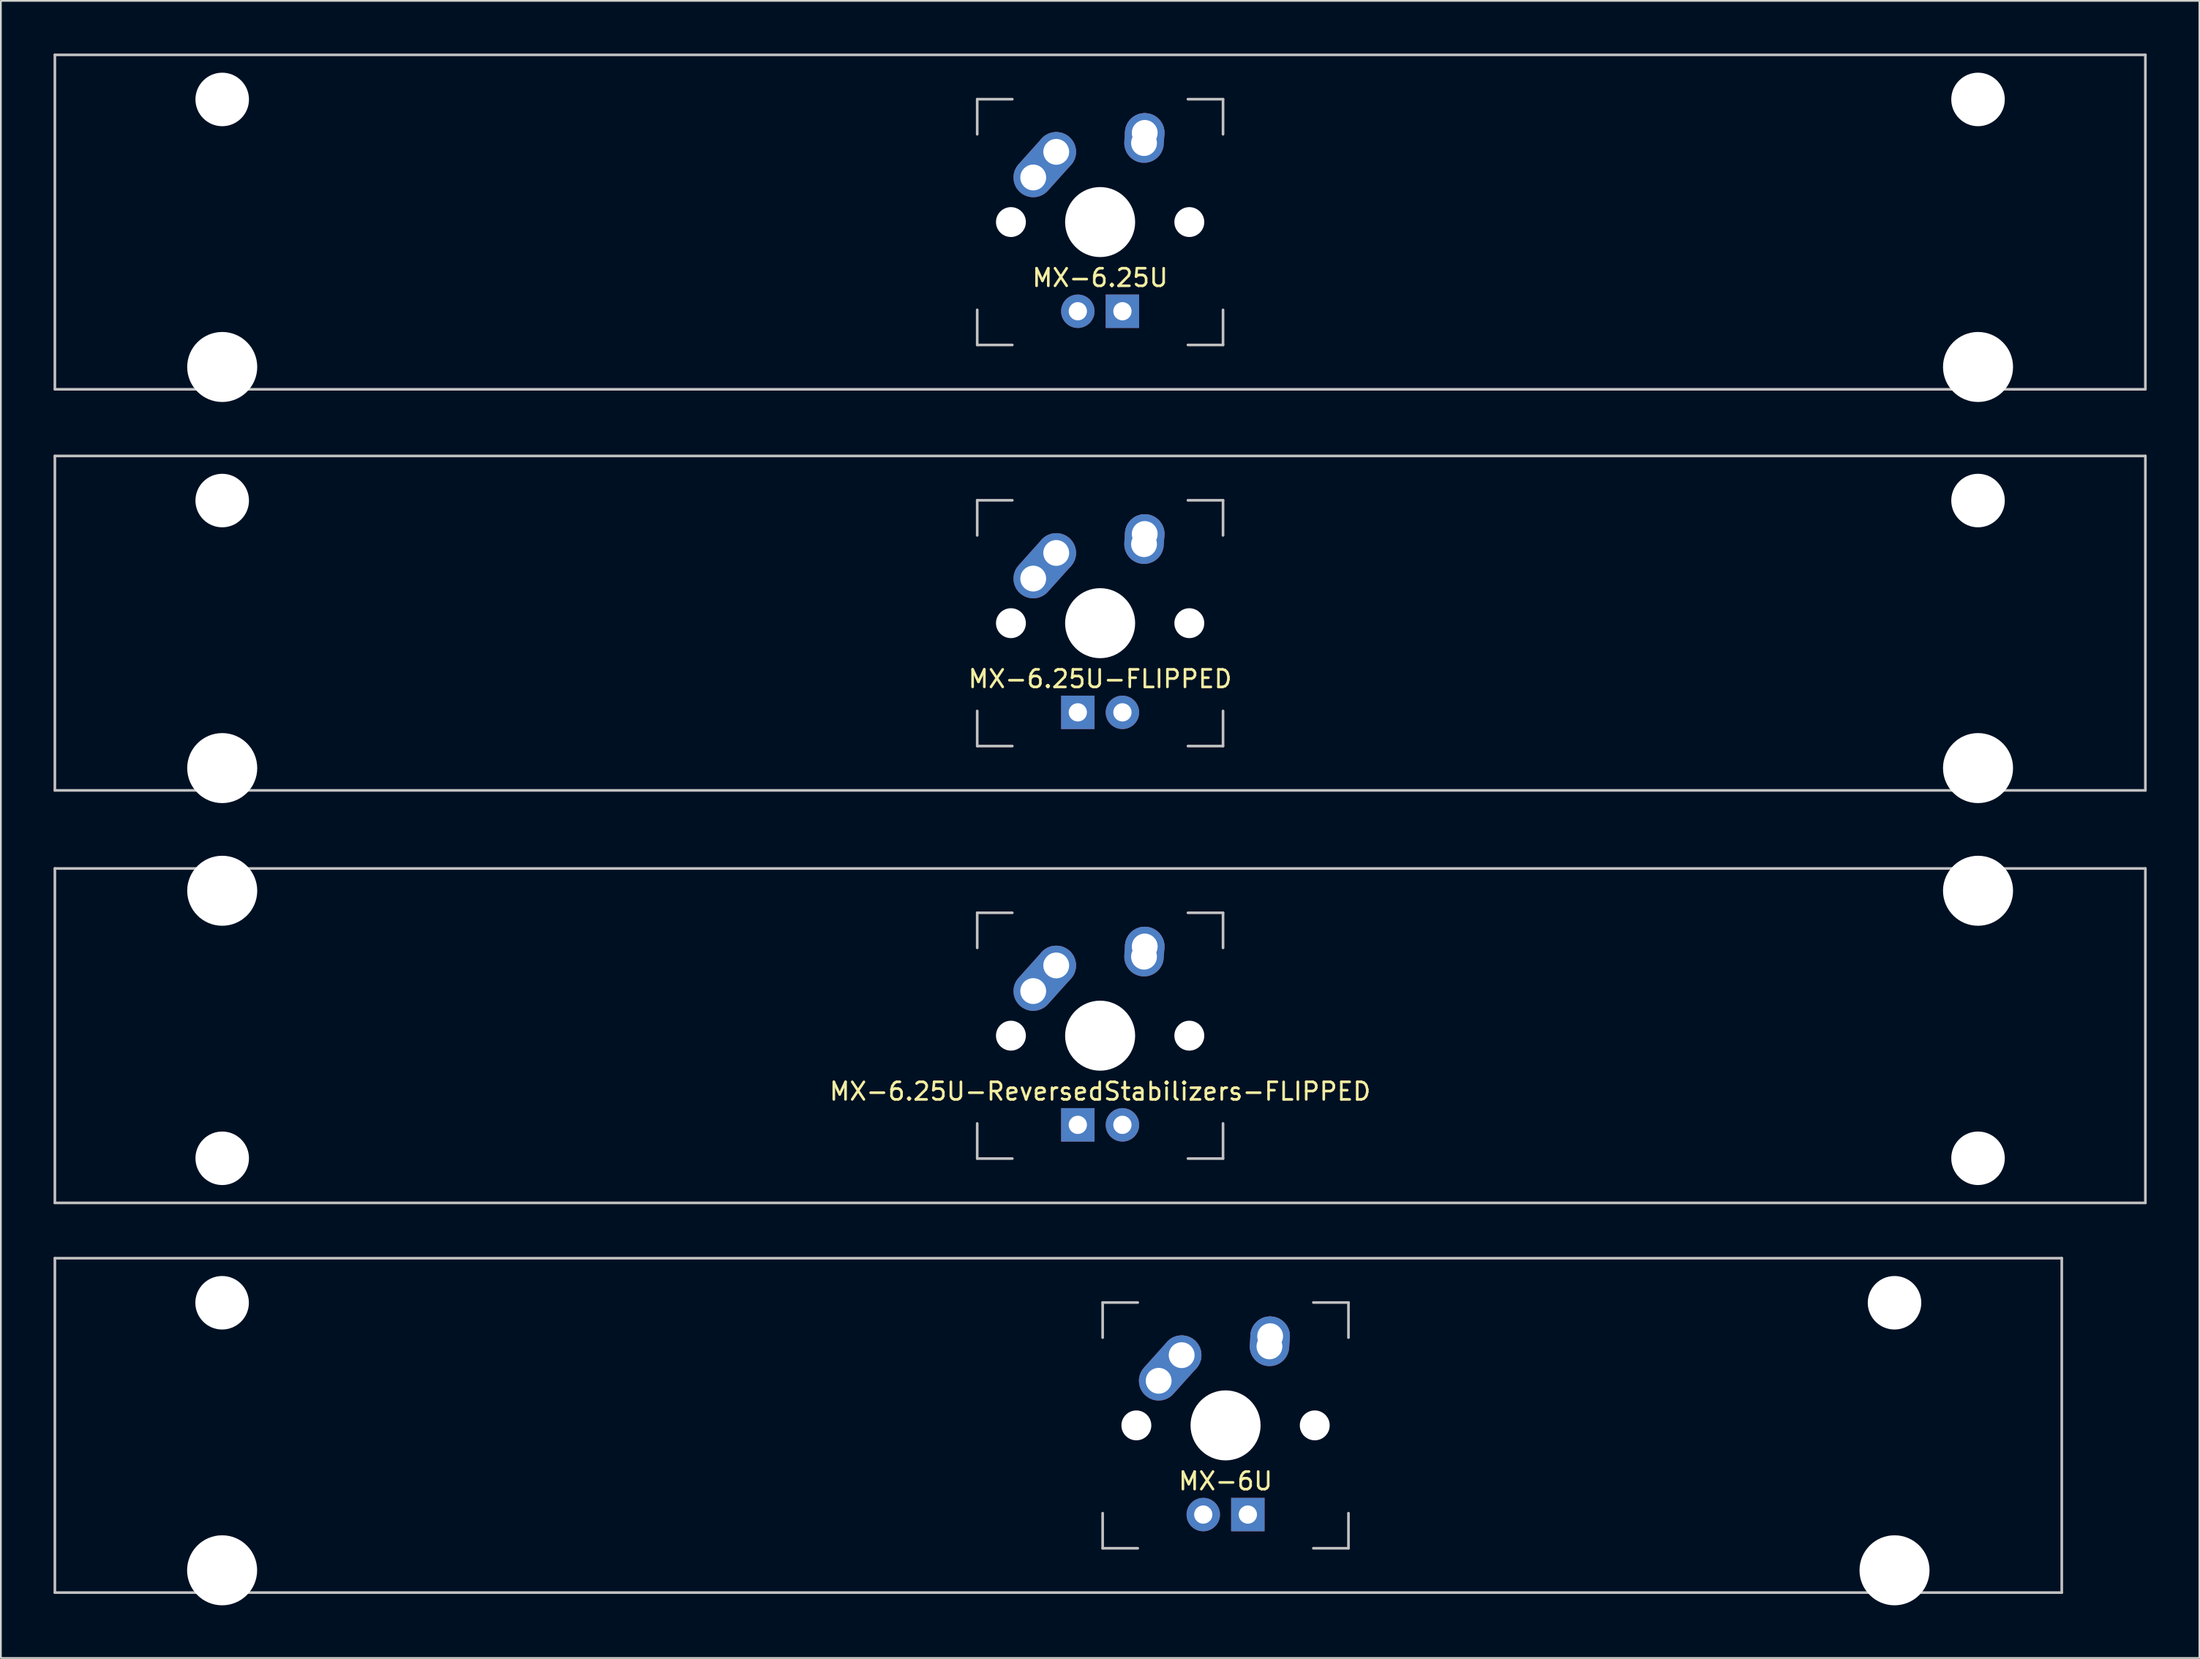
<source format=kicad_pcb>
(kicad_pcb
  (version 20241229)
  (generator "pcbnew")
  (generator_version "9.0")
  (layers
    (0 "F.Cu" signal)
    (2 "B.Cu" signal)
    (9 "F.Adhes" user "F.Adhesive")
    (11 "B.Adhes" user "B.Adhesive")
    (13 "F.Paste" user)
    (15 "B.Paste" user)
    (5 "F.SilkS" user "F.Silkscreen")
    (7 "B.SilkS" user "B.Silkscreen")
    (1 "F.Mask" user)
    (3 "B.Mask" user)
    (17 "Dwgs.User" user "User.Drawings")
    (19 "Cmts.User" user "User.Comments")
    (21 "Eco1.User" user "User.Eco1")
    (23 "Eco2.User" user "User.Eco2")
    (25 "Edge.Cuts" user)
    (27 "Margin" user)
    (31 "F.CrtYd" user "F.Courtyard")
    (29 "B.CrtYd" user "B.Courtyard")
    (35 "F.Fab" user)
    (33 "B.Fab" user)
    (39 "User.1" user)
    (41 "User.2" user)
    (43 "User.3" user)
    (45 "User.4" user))
  (footprint "MX-6.25U"
    (layer "F.Cu")
    (at 59.606 9.6)
    (property "Reference" "MX-6.25U" (at 0 3.175 0) (layer "F.SilkS") (effects (font (size 1 1) (thickness 0.15))))
    (attr through_hole)
    (fp_line (start -59.531 -9.525) (end 59.531 -9.525) (stroke (width 0.15) (type solid)) (layer "Dwgs.User"))
    (fp_line (start -59.531 9.525) (end -59.531 -9.525) (stroke (width 0.15) (type solid)) (layer "Dwgs.User"))
    (fp_line (start -59.531 9.525) (end 59.531 9.525) (stroke (width 0.15) (type solid)) (layer "Dwgs.User"))
    (fp_line (start -7 -7) (end -7 -5) (stroke (width 0.15) (type solid)) (layer "Dwgs.User"))
    (fp_line (start -7 5) (end -7 7) (stroke (width 0.15) (type solid)) (layer "Dwgs.User"))
    (fp_line (start -7 7) (end -5 7) (stroke (width 0.15) (type solid)) (layer "Dwgs.User"))
    (fp_line (start -5 -7) (end -7 -7) (stroke (width 0.15) (type solid)) (layer "Dwgs.User"))
    (fp_line (start 5 -7) (end 7 -7) (stroke (width 0.15) (type solid)) (layer "Dwgs.User"))
    (fp_line (start 5 7) (end 7 7) (stroke (width 0.15) (type solid)) (layer "Dwgs.User"))
    (fp_line (start 7 -7) (end 7 -5) (stroke (width 0.15) (type solid)) (layer "Dwgs.User"))
    (fp_line (start 7 7) (end 7 5) (stroke (width 0.15) (type solid)) (layer "Dwgs.User"))
    (fp_line (start 59.531 -9.525) (end 59.531 9.525) (stroke (width 0.15) (type solid)) (layer "Dwgs.User"))
    (pad "" np_thru_hole circle (at -50 -6.985) (size 3.048 3.048) (drill 3.048) (layers "*.Cu" "*.Mask"))
    (pad "" np_thru_hole circle (at -50 8.255) (size 3.988 3.988) (drill 3.988) (layers "*.Cu" "*.Mask"))
    (pad "" np_thru_hole circle (at -5.08 0 48.1) (size 1.702 1.702) (drill 1.702) (layers "*.Cu" "*.Mask"))
    (pad "" np_thru_hole circle (at 0 0) (size 3.988 3.988) (drill 3.988) (layers "*.Cu" "*.Mask"))
    (pad "" np_thru_hole circle (at 5.08 0 48.1) (size 1.702 1.702) (drill 1.702) (layers "*.Cu" "*.Mask"))
    (pad "" np_thru_hole circle (at 50 -6.985) (size 3.048 3.048) (drill 3.048) (layers "*.Cu" "*.Mask"))
    (pad "" np_thru_hole circle (at 50 8.255) (size 3.988 3.988) (drill 3.988) (layers "*.Cu" "*.Mask"))
    (pad "1" thru_hole oval (at -3.81 -2.54 48.1) (size 4.212 2.25) (drill 1.47 (offset 0.981 0)) (layers "*.Cu" "*.Mask"))
    (pad "1" thru_hole circle (at -2.5 -4) (size 2.25 2.25) (drill 1.47) (layers "*.Cu" "*.Mask"))
    (pad "2" thru_hole oval (at 2.5 -4.5 86.055) (size 2.831 2.25) (drill 1.47 (offset 0.291 0)) (layers "*.Cu" "*.Mask"))
    (pad "2" thru_hole circle (at 2.54 -5.08) (size 2.25 2.25) (drill 1.47) (layers "*.Cu" "*.Mask"))
    (pad "3" thru_hole circle (at -1.27 5.08) (size 1.905 1.905) (drill 1.04) (layers "*.Cu" "*.Mask"))
    (pad "4" thru_hole rect (at 1.27 5.08) (size 1.905 1.905) (drill 1.04) (layers "*.Cu" "*.Mask")))
  (footprint "MX-6.25U-FLIPPED"
    (layer "F.Cu")
    (at 59.606 32.449)
    (property "Reference" "MX-6.25U-FLIPPED" (at 0 3.175 0) (layer "F.SilkS") (effects (font (size 1 1) (thickness 0.15))))
    (attr through_hole)
    (fp_line (start -59.531 -9.525) (end 59.531 -9.525) (stroke (width 0.15) (type solid)) (layer "Dwgs.User"))
    (fp_line (start -59.531 9.525) (end -59.531 -9.525) (stroke (width 0.15) (type solid)) (layer "Dwgs.User"))
    (fp_line (start -59.531 9.525) (end 59.531 9.525) (stroke (width 0.15) (type solid)) (layer "Dwgs.User"))
    (fp_line (start -7 -7) (end -7 -5) (stroke (width 0.15) (type solid)) (layer "Dwgs.User"))
    (fp_line (start -7 5) (end -7 7) (stroke (width 0.15) (type solid)) (layer "Dwgs.User"))
    (fp_line (start -7 7) (end -5 7) (stroke (width 0.15) (type solid)) (layer "Dwgs.User"))
    (fp_line (start -5 -7) (end -7 -7) (stroke (width 0.15) (type solid)) (layer "Dwgs.User"))
    (fp_line (start 5 -7) (end 7 -7) (stroke (width 0.15) (type solid)) (layer "Dwgs.User"))
    (fp_line (start 5 7) (end 7 7) (stroke (width 0.15) (type solid)) (layer "Dwgs.User"))
    (fp_line (start 7 -7) (end 7 -5) (stroke (width 0.15) (type solid)) (layer "Dwgs.User"))
    (fp_line (start 7 7) (end 7 5) (stroke (width 0.15) (type solid)) (layer "Dwgs.User"))
    (fp_line (start 59.531 -9.525) (end 59.531 9.525) (stroke (width 0.15) (type solid)) (layer "Dwgs.User"))
    (pad "" np_thru_hole circle (at -50 -6.985) (size 3.048 3.048) (drill 3.048) (layers "*.Cu" "*.Mask"))
    (pad "" np_thru_hole circle (at -50 8.255) (size 3.988 3.988) (drill 3.988) (layers "*.Cu" "*.Mask"))
    (pad "" np_thru_hole circle (at -5.08 0 48.1) (size 1.702 1.702) (drill 1.702) (layers "*.Cu" "*.Mask"))
    (pad "" np_thru_hole circle (at 0 0) (size 3.988 3.988) (drill 3.988) (layers "*.Cu" "*.Mask"))
    (pad "" np_thru_hole circle (at 5.08 0 48.1) (size 1.702 1.702) (drill 1.702) (layers "*.Cu" "*.Mask"))
    (pad "" np_thru_hole circle (at 50 -6.985) (size 3.048 3.048) (drill 3.048) (layers "*.Cu" "*.Mask"))
    (pad "" np_thru_hole circle (at 50 8.255) (size 3.988 3.988) (drill 3.988) (layers "*.Cu" "*.Mask"))
    (pad "1" thru_hole oval (at -3.81 -2.54 48.1) (size 4.212 2.25) (drill 1.47 (offset 0.981 0)) (layers "*.Cu" "*.Mask"))
    (pad "1" thru_hole circle (at -2.5 -4) (size 2.25 2.25) (drill 1.47) (layers "*.Cu" "*.Mask"))
    (pad "2" thru_hole oval (at 2.5 -4.5 86.055) (size 2.831 2.25) (drill 1.47 (offset 0.291 0)) (layers "*.Cu" "*.Mask"))
    (pad "2" thru_hole circle (at 2.54 -5.08) (size 2.25 2.25) (drill 1.47) (layers "*.Cu" "*.Mask"))
    (pad "3" thru_hole circle (at 1.27 5.08) (size 1.905 1.905) (drill 1.04) (layers "*.Cu" "*.Mask"))
    (pad "4" thru_hole rect (at -1.27 5.08) (size 1.905 1.905) (drill 1.04) (layers "*.Cu" "*.Mask")))
  (footprint "MX-6.25U-ReversedStabilizers-FLIPPED"
    (layer "F.Cu")
    (at 59.606 55.947)
    (property "Reference" "MX-6.25U-ReversedStabilizers-FLIPPED" (at 0 3.175 0) (layer "F.SilkS") (effects (font (size 1 1) (thickness 0.15))))
    (attr through_hole)
    (fp_line (start -59.531 -9.525) (end 59.531 -9.525) (stroke (width 0.15) (type solid)) (layer "Dwgs.User"))
    (fp_line (start -59.531 9.525) (end -59.531 -9.525) (stroke (width 0.15) (type solid)) (layer "Dwgs.User"))
    (fp_line (start -59.531 9.525) (end 59.531 9.525) (stroke (width 0.15) (type solid)) (layer "Dwgs.User"))
    (fp_line (start -7 -7) (end -7 -5) (stroke (width 0.15) (type solid)) (layer "Dwgs.User"))
    (fp_line (start -7 5) (end -7 7) (stroke (width 0.15) (type solid)) (layer "Dwgs.User"))
    (fp_line (start -7 7) (end -5 7) (stroke (width 0.15) (type solid)) (layer "Dwgs.User"))
    (fp_line (start -5 -7) (end -7 -7) (stroke (width 0.15) (type solid)) (layer "Dwgs.User"))
    (fp_line (start 5 -7) (end 7 -7) (stroke (width 0.15) (type solid)) (layer "Dwgs.User"))
    (fp_line (start 5 7) (end 7 7) (stroke (width 0.15) (type solid)) (layer "Dwgs.User"))
    (fp_line (start 7 -7) (end 7 -5) (stroke (width 0.15) (type solid)) (layer "Dwgs.User"))
    (fp_line (start 7 7) (end 7 5) (stroke (width 0.15) (type solid)) (layer "Dwgs.User"))
    (fp_line (start 59.531 -9.525) (end 59.531 9.525) (stroke (width 0.15) (type solid)) (layer "Dwgs.User"))
    (pad "" np_thru_hole circle (at -50 -8.255) (size 3.988 3.988) (drill 3.988) (layers "*.Cu" "*.Mask"))
    (pad "" np_thru_hole circle (at -50 6.985) (size 3.048 3.048) (drill 3.048) (layers "*.Cu" "*.Mask"))
    (pad "" np_thru_hole circle (at -5.08 0 48.1) (size 1.702 1.702) (drill 1.702) (layers "*.Cu" "*.Mask"))
    (pad "" np_thru_hole circle (at 0 0) (size 3.988 3.988) (drill 3.988) (layers "*.Cu" "*.Mask"))
    (pad "" np_thru_hole circle (at 5.08 0 48.1) (size 1.702 1.702) (drill 1.702) (layers "*.Cu" "*.Mask"))
    (pad "" np_thru_hole circle (at 50 -8.255) (size 3.988 3.988) (drill 3.988) (layers "*.Cu" "*.Mask"))
    (pad "" np_thru_hole circle (at 50 6.985) (size 3.048 3.048) (drill 3.048) (layers "*.Cu" "*.Mask"))
    (pad "1" thru_hole oval (at -3.81 -2.54 48.1) (size 4.212 2.25) (drill 1.47 (offset 0.981 0)) (layers "*.Cu" "*.Mask"))
    (pad "1" thru_hole circle (at -2.5 -4) (size 2.25 2.25) (drill 1.47) (layers "*.Cu" "*.Mask"))
    (pad "2" thru_hole oval (at 2.5 -4.5 86.055) (size 2.831 2.25) (drill 1.47 (offset 0.291 0)) (layers "*.Cu" "*.Mask"))
    (pad "2" thru_hole circle (at 2.54 -5.08) (size 2.25 2.25) (drill 1.47) (layers "*.Cu" "*.Mask"))
    (pad "3" thru_hole circle (at 1.27 5.08) (size 1.905 1.905) (drill 1.04) (layers "*.Cu" "*.Mask"))
    (pad "4" thru_hole rect (at -1.27 5.08) (size 1.905 1.905) (drill 1.04) (layers "*.Cu" "*.Mask")))
  (footprint "MX-6U"
    (layer "F.Cu")
    (at 57.225 78.147)
    (property "Reference" "MX-6U" (at 9.525 3.175 0) (layer "F.SilkS") (effects (font (size 1 1) (thickness 0.15))))
    (attr through_hole)
    (fp_line (start -57.15 -9.525) (end 57.15 -9.525) (stroke (width 0.15) (type solid)) (layer "Dwgs.User"))
    (fp_line (start -57.15 9.525) (end -57.15 -9.525) (stroke (width 0.15) (type solid)) (layer "Dwgs.User"))
    (fp_line (start -57.15 9.525) (end 57.15 9.525) (stroke (width 0.15) (type solid)) (layer "Dwgs.User"))
    (fp_line (start 2.525 -7) (end 2.525 -5) (stroke (width 0.15) (type solid)) (layer "Dwgs.User"))
    (fp_line (start 2.525 5) (end 2.525 7) (stroke (width 0.15) (type solid)) (layer "Dwgs.User"))
    (fp_line (start 2.525 7) (end 4.525 7) (stroke (width 0.15) (type solid)) (layer "Dwgs.User"))
    (fp_line (start 4.525 -7) (end 2.525 -7) (stroke (width 0.15) (type solid)) (layer "Dwgs.User"))
    (fp_line (start 14.525 -7) (end 16.525 -7) (stroke (width 0.15) (type solid)) (layer "Dwgs.User"))
    (fp_line (start 14.525 7) (end 16.525 7) (stroke (width 0.15) (type solid)) (layer "Dwgs.User"))
    (fp_line (start 16.525 -7) (end 16.525 -5) (stroke (width 0.15) (type solid)) (layer "Dwgs.User"))
    (fp_line (start 16.525 7) (end 16.525 5) (stroke (width 0.15) (type solid)) (layer "Dwgs.User"))
    (fp_line (start 57.15 -9.525) (end 57.15 9.525) (stroke (width 0.15) (type solid)) (layer "Dwgs.User"))
    (pad "" np_thru_hole circle (at -47.625 -6.985) (size 3.048 3.048) (drill 3.048) (layers "*.Cu" "*.Mask"))
    (pad "" np_thru_hole circle (at -47.625 8.255) (size 3.988 3.988) (drill 3.988) (layers "*.Cu" "*.Mask"))
    (pad "" np_thru_hole circle (at 4.445 0 48.1) (size 1.702 1.702) (drill 1.702) (layers "*.Cu" "*.Mask"))
    (pad "" np_thru_hole circle (at 9.525 0) (size 3.988 3.988) (drill 3.988) (layers "*.Cu" "*.Mask"))
    (pad "" np_thru_hole circle (at 14.605 0 48.1) (size 1.702 1.702) (drill 1.702) (layers "*.Cu" "*.Mask"))
    (pad "" np_thru_hole circle (at 47.625 -6.985) (size 3.048 3.048) (drill 3.048) (layers "*.Cu" "*.Mask"))
    (pad "" np_thru_hole circle (at 47.625 8.255) (size 3.988 3.988) (drill 3.988) (layers "*.Cu" "*.Mask"))
    (pad "1" thru_hole oval (at 5.715 -2.54 48.1) (size 4.212 2.25) (drill 1.47 (offset 0.981 0)) (layers "*.Cu" "*.Mask"))
    (pad "1" thru_hole circle (at 7.025 -4) (size 2.25 2.25) (drill 1.47) (layers "*.Cu" "*.Mask"))
    (pad "2" thru_hole oval (at 12.025 -4.5 86.055) (size 2.831 2.25) (drill 1.47 (offset 0.291 0)) (layers "*.Cu" "*.Mask"))
    (pad "2" thru_hole circle (at 12.065 -5.08) (size 2.25 2.25) (drill 1.47) (layers "*.Cu" "*.Mask"))
    (pad "3" thru_hole circle (at 8.255 5.08) (size 1.905 1.905) (drill 1.04) (layers "*.Cu" "*.Mask"))
    (pad "4" thru_hole rect (at 10.795 5.08) (size 1.905 1.905) (drill 1.04) (layers "*.Cu" "*.Mask")))
  (gr_rect
    (start -3 -3)
    (end 122.213 91.396)
    (stroke (width 0.1) (type default))
    (fill no)
    (layer "Edge.Cuts")))
</source>
